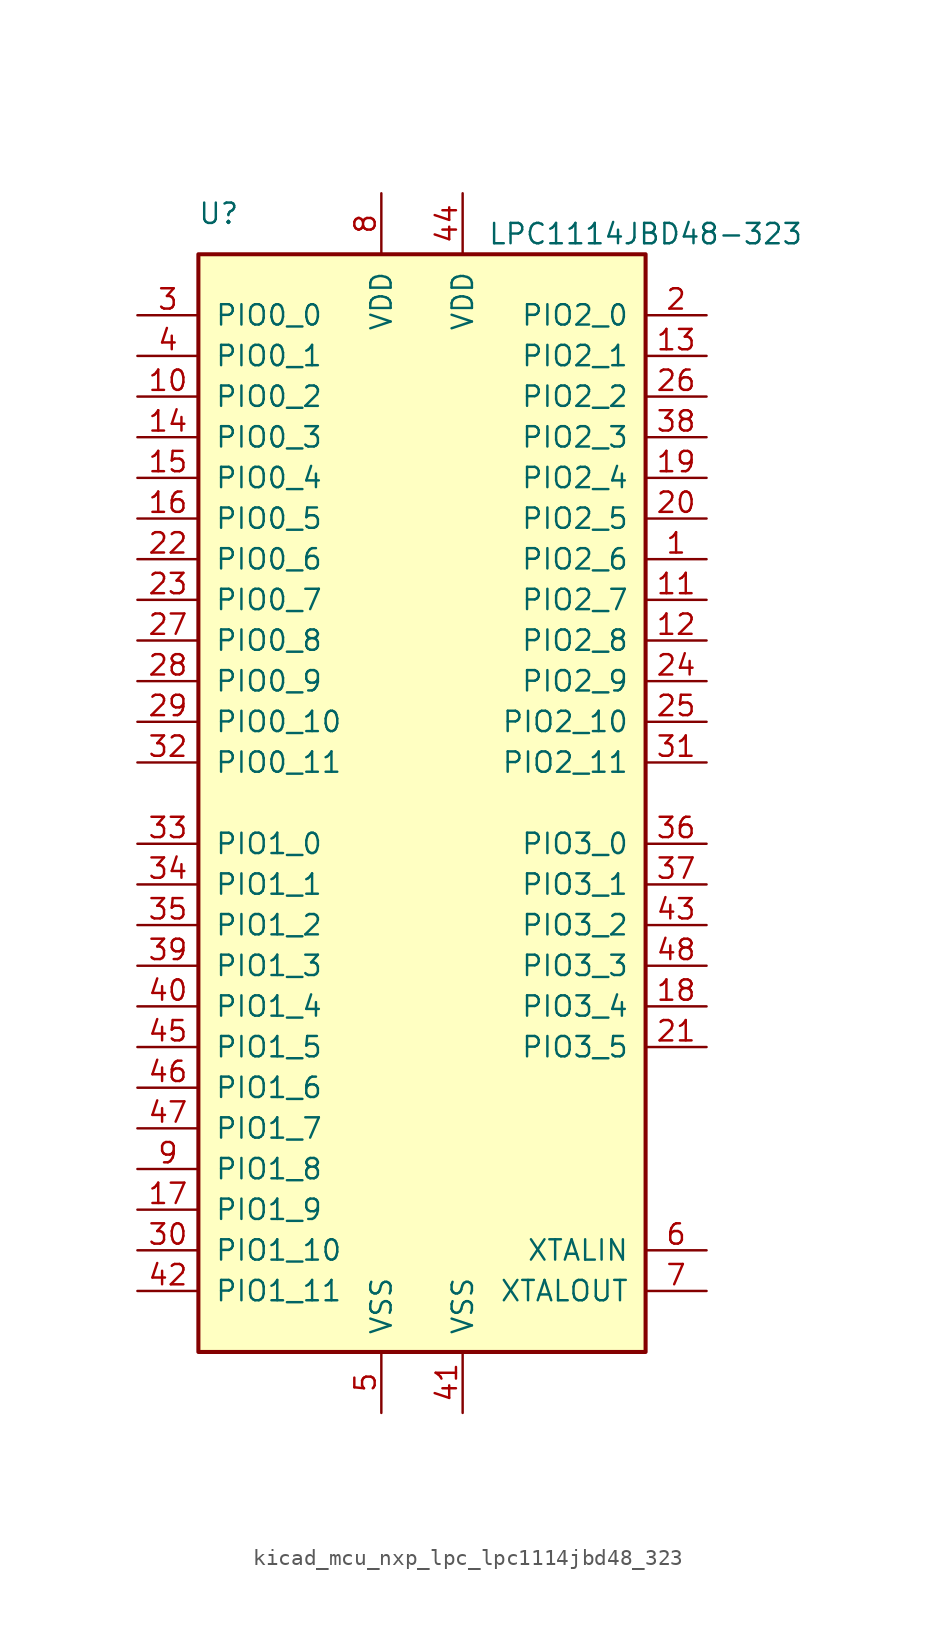
<source format=kicad_sym>
(kicad_symbol_lib
  (version 20220914)
  (generator kicad_symbol_editor)
  (symbol "kicad_mcu_nxp_lpc_lpc1114jbd48_323"
    (pin_names
      (offset 1.016))
    (property "Reference" "U"
      (at -12.7 36.83 0)
      (effects (font (size 1.27 1.27))))
    (property "Value" "LPC1114JBD48-323"
      (at 13.97 35.56 0)
      (effects (font (size 1.27 1.27))))
    (symbol "kicad_mcu_nxp_lpc_lpc1114jbd48_323_0_1"
      (rectangle (start -13.97 34.29) (end 13.97 -34.29) (stroke (width 0.254) (type default)) (fill (type background))))
    (symbol "kicad_mcu_nxp_lpc_lpc1114jbd48_323_1_1"
      (pin bidirectional line (at 17.78 15.24 180) (length 3.81) (name "PIO2_6" (effects (font (size 1.27 1.27)))) (number "1" (effects (font (size 1.27 1.27)))))
      (pin bidirectional line (at -17.78 25.4 0) (length 3.81) (name "PIO0_2" (effects (font (size 1.27 1.27)))) (number "10" (effects (font (size 1.27 1.27)))))
      (pin bidirectional line (at 17.78 12.7 180) (length 3.81) (name "PIO2_7" (effects (font (size 1.27 1.27)))) (number "11" (effects (font (size 1.27 1.27)))))
      (pin bidirectional line (at 17.78 10.16 180) (length 3.81) (name "PIO2_8" (effects (font (size 1.27 1.27)))) (number "12" (effects (font (size 1.27 1.27)))))
      (pin bidirectional line (at 17.78 27.94 180) (length 3.81) (name "PIO2_1" (effects (font (size 1.27 1.27)))) (number "13" (effects (font (size 1.27 1.27)))))
      (pin bidirectional line (at -17.78 22.86 0) (length 3.81) (name "PIO0_3" (effects (font (size 1.27 1.27)))) (number "14" (effects (font (size 1.27 1.27)))))
      (pin bidirectional line (at -17.78 20.32 0) (length 3.81) (name "PIO0_4" (effects (font (size 1.27 1.27)))) (number "15" (effects (font (size 1.27 1.27)))))
      (pin bidirectional line (at -17.78 17.78 0) (length 3.81) (name "PIO0_5" (effects (font (size 1.27 1.27)))) (number "16" (effects (font (size 1.27 1.27)))))
      (pin bidirectional line (at -17.78 -25.4 0) (length 3.81) (name "PIO1_9" (effects (font (size 1.27 1.27)))) (number "17" (effects (font (size 1.27 1.27)))))
      (pin bidirectional line (at 17.78 -12.7 180) (length 3.81) (name "PIO3_4" (effects (font (size 1.27 1.27)))) (number "18" (effects (font (size 1.27 1.27)))))
      (pin bidirectional line (at 17.78 20.32 180) (length 3.81) (name "PIO2_4" (effects (font (size 1.27 1.27)))) (number "19" (effects (font (size 1.27 1.27)))))
      (pin bidirectional line (at 17.78 30.48 180) (length 3.81) (name "PIO2_0" (effects (font (size 1.27 1.27)))) (number "2" (effects (font (size 1.27 1.27)))))
      (pin bidirectional line (at 17.78 17.78 180) (length 3.81) (name "PIO2_5" (effects (font (size 1.27 1.27)))) (number "20" (effects (font (size 1.27 1.27)))))
      (pin bidirectional line (at 17.78 -15.24 180) (length 3.81) (name "PIO3_5" (effects (font (size 1.27 1.27)))) (number "21" (effects (font (size 1.27 1.27)))))
      (pin bidirectional line (at -17.78 15.24 0) (length 3.81) (name "PIO0_6" (effects (font (size 1.27 1.27)))) (number "22" (effects (font (size 1.27 1.27)))))
      (pin bidirectional line (at -17.78 12.7 0) (length 3.81) (name "PIO0_7" (effects (font (size 1.27 1.27)))) (number "23" (effects (font (size 1.27 1.27)))))
      (pin bidirectional line (at 17.78 7.62 180) (length 3.81) (name "PIO2_9" (effects (font (size 1.27 1.27)))) (number "24" (effects (font (size 1.27 1.27)))))
      (pin bidirectional line (at 17.78 5.08 180) (length 3.81) (name "PIO2_10" (effects (font (size 1.27 1.27)))) (number "25" (effects (font (size 1.27 1.27)))))
      (pin bidirectional line (at 17.78 25.4 180) (length 3.81) (name "PIO2_2" (effects (font (size 1.27 1.27)))) (number "26" (effects (font (size 1.27 1.27)))))
      (pin bidirectional line (at -17.78 10.16 0) (length 3.81) (name "PIO0_8" (effects (font (size 1.27 1.27)))) (number "27" (effects (font (size 1.27 1.27)))))
      (pin bidirectional line (at -17.78 7.62 0) (length 3.81) (name "PIO0_9" (effects (font (size 1.27 1.27)))) (number "28" (effects (font (size 1.27 1.27)))))
      (pin bidirectional line (at -17.78 5.08 0) (length 3.81) (name "PIO0_10" (effects (font (size 1.27 1.27)))) (number "29" (effects (font (size 1.27 1.27)))))
      (pin bidirectional line (at -17.78 30.48 0) (length 3.81) (name "PIO0_0" (effects (font (size 1.27 1.27)))) (number "3" (effects (font (size 1.27 1.27)))))
      (pin bidirectional line (at -17.78 -27.94 0) (length 3.81) (name "PIO1_10" (effects (font (size 1.27 1.27)))) (number "30" (effects (font (size 1.27 1.27)))))
      (pin bidirectional line (at 17.78 2.54 180) (length 3.81) (name "PIO2_11" (effects (font (size 1.27 1.27)))) (number "31" (effects (font (size 1.27 1.27)))))
      (pin bidirectional line (at -17.78 2.54 0) (length 3.81) (name "PIO0_11" (effects (font (size 1.27 1.27)))) (number "32" (effects (font (size 1.27 1.27)))))
      (pin bidirectional line (at -17.78 -2.54 0) (length 3.81) (name "PIO1_0" (effects (font (size 1.27 1.27)))) (number "33" (effects (font (size 1.27 1.27)))))
      (pin bidirectional line (at -17.78 -5.08 0) (length 3.81) (name "PIO1_1" (effects (font (size 1.27 1.27)))) (number "34" (effects (font (size 1.27 1.27)))))
      (pin bidirectional line (at -17.78 -7.62 0) (length 3.81) (name "PIO1_2" (effects (font (size 1.27 1.27)))) (number "35" (effects (font (size 1.27 1.27)))))
      (pin bidirectional line (at 17.78 -2.54 180) (length 3.81) (name "PIO3_0" (effects (font (size 1.27 1.27)))) (number "36" (effects (font (size 1.27 1.27)))))
      (pin bidirectional line (at 17.78 -5.08 180) (length 3.81) (name "PIO3_1" (effects (font (size 1.27 1.27)))) (number "37" (effects (font (size 1.27 1.27)))))
      (pin bidirectional line (at 17.78 22.86 180) (length 3.81) (name "PIO2_3" (effects (font (size 1.27 1.27)))) (number "38" (effects (font (size 1.27 1.27)))))
      (pin bidirectional line (at -17.78 -10.16 0) (length 3.81) (name "PIO1_3" (effects (font (size 1.27 1.27)))) (number "39" (effects (font (size 1.27 1.27)))))
      (pin bidirectional line (at -17.78 27.94 0) (length 3.81) (name "PIO0_1" (effects (font (size 1.27 1.27)))) (number "4" (effects (font (size 1.27 1.27)))))
      (pin bidirectional line (at -17.78 -12.7 0) (length 3.81) (name "PIO1_4" (effects (font (size 1.27 1.27)))) (number "40" (effects (font (size 1.27 1.27)))))
      (pin power_in line (at 2.54 -38.1 90) (length 3.81) (name "VSS" (effects (font (size 1.27 1.27)))) (number "41" (effects (font (size 1.27 1.27)))))
      (pin bidirectional line (at -17.78 -30.48 0) (length 3.81) (name "PIO1_11" (effects (font (size 1.27 1.27)))) (number "42" (effects (font (size 1.27 1.27)))))
      (pin bidirectional line (at 17.78 -7.62 180) (length 3.81) (name "PIO3_2" (effects (font (size 1.27 1.27)))) (number "43" (effects (font (size 1.27 1.27)))))
      (pin power_in line (at 2.54 38.1 270) (length 3.81) (name "VDD" (effects (font (size 1.27 1.27)))) (number "44" (effects (font (size 1.27 1.27)))))
      (pin bidirectional line (at -17.78 -15.24 0) (length 3.81) (name "PIO1_5" (effects (font (size 1.27 1.27)))) (number "45" (effects (font (size 1.27 1.27)))))
      (pin bidirectional line (at -17.78 -17.78 0) (length 3.81) (name "PIO1_6" (effects (font (size 1.27 1.27)))) (number "46" (effects (font (size 1.27 1.27)))))
      (pin bidirectional line (at -17.78 -20.32 0) (length 3.81) (name "PIO1_7" (effects (font (size 1.27 1.27)))) (number "47" (effects (font (size 1.27 1.27)))))
      (pin bidirectional line (at 17.78 -10.16 180) (length 3.81) (name "PIO3_3" (effects (font (size 1.27 1.27)))) (number "48" (effects (font (size 1.27 1.27)))))
      (pin power_in line (at -2.54 -38.1 90) (length 3.81) (name "VSS" (effects (font (size 1.27 1.27)))) (number "5" (effects (font (size 1.27 1.27)))))
      (pin input line (at 17.78 -27.94 180) (length 3.81) (name "XTALIN" (effects (font (size 1.27 1.27)))) (number "6" (effects (font (size 1.27 1.27)))))
      (pin output line (at 17.78 -30.48 180) (length 3.81) (name "XTALOUT" (effects (font (size 1.27 1.27)))) (number "7" (effects (font (size 1.27 1.27)))))
      (pin power_in line (at -2.54 38.1 270) (length 3.81) (name "VDD" (effects (font (size 1.27 1.27)))) (number "8" (effects (font (size 1.27 1.27)))))
      (pin bidirectional line (at -17.78 -22.86 0) (length 3.81) (name "PIO1_8" (effects (font (size 1.27 1.27)))) (number "9" (effects (font (size 1.27 1.27))))))))
</source>
